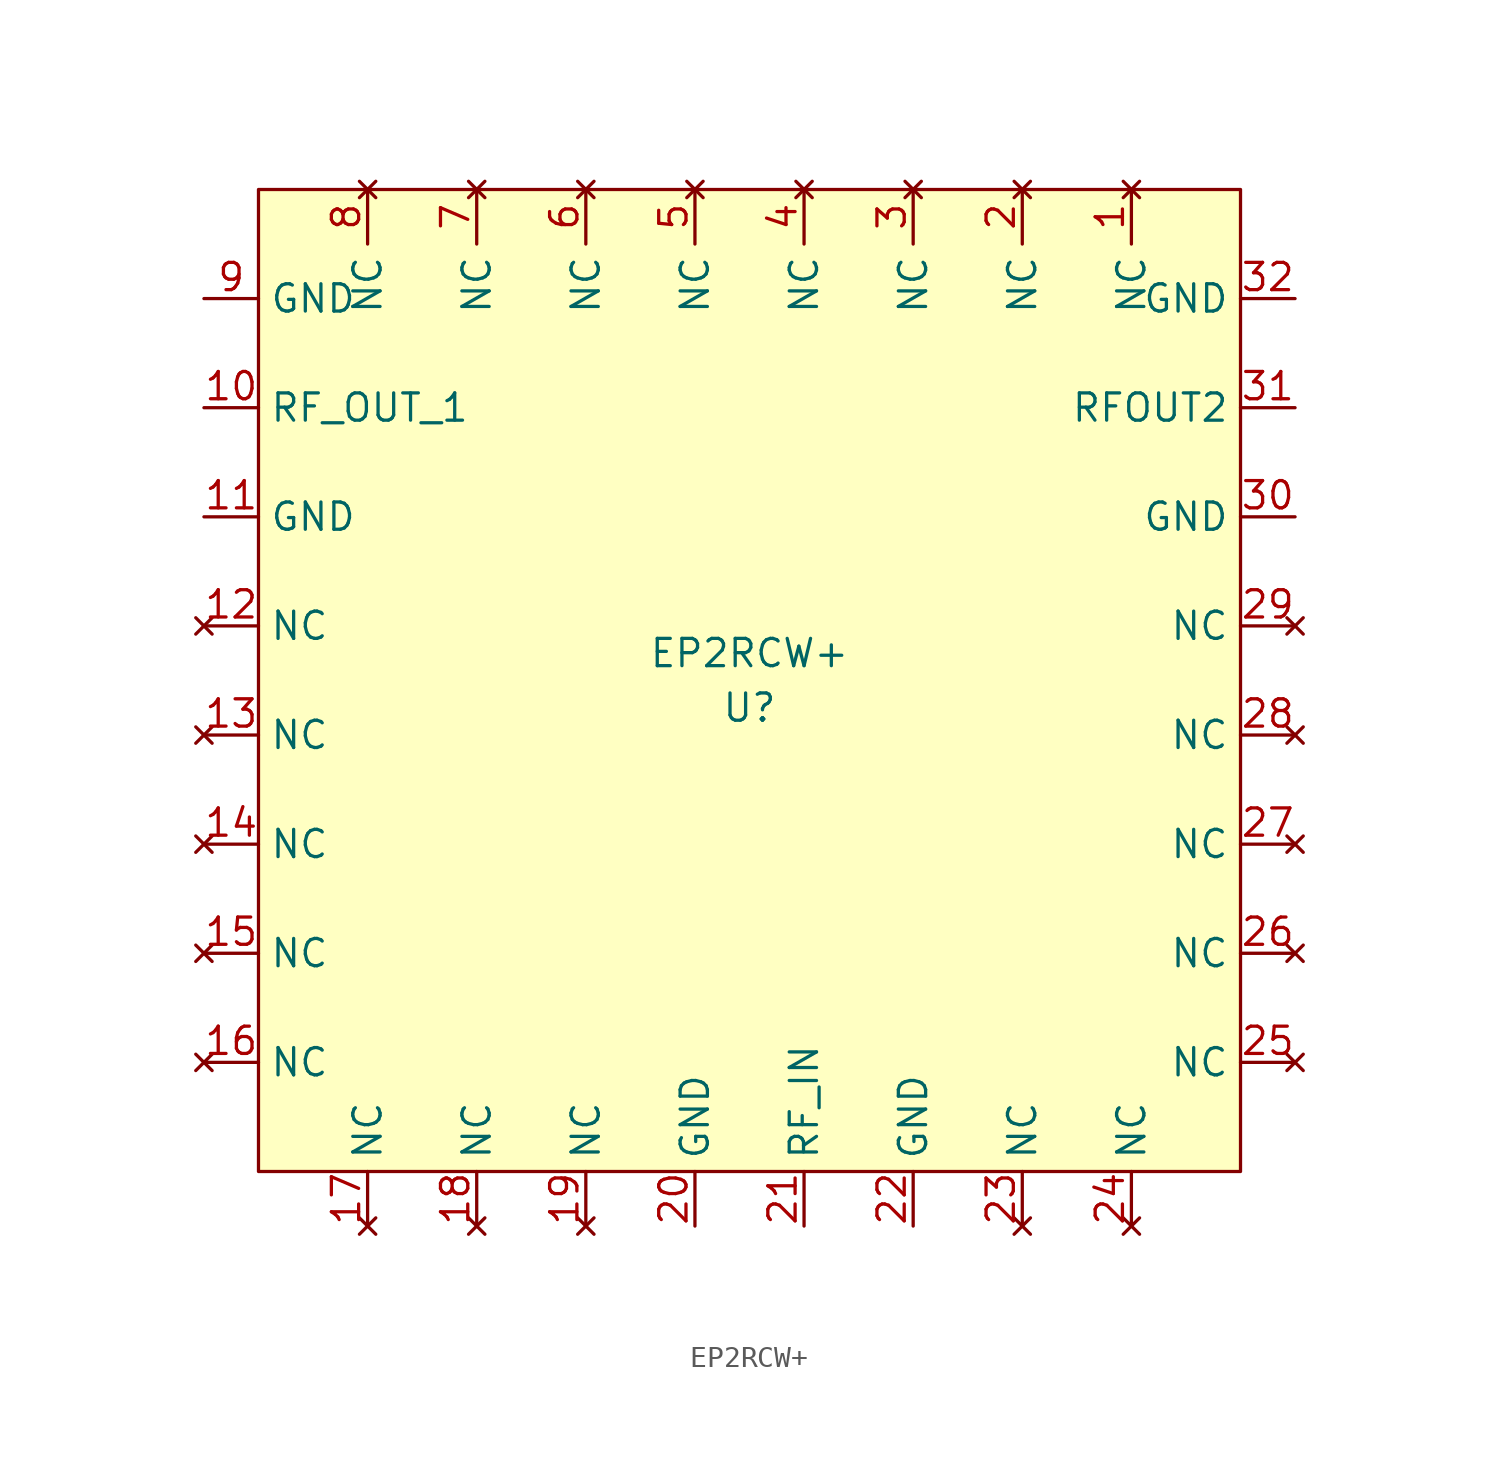
<source format=kicad_sym>
(kicad_symbol_lib
  (version 20211014)
  (generator kicad_symbol_editor)
  (symbol "EP2RCW+"
    (property "Reference" "U"
      (at 0 -1.27 0)
      (effects (font (size 1.27 1.27))))
    (property "Value" "EP2RCW+"
      (at 0 1.27 0)
      (effects (font (size 1.27 1.27))))
    (symbol "EP2RCW+_0_0"
      (pin no_connect line (at 17.78 22.86 270) (length 2.54) (name "NC" (effects (font (size 1.27 1.27)))) (number "1" (effects (font (size 1.27 1.27)))))
      (pin output line (at -25.4 12.7 0) (length 2.54) (name "RF_OUT_1" (effects (font (size 1.27 1.27)))) (number "10" (effects (font (size 1.27 1.27)))))
      (pin bidirectional line (at -25.4 7.62 0) (length 2.54) (name "GND" (effects (font (size 1.27 1.27)))) (number "11" (effects (font (size 1.27 1.27)))))
      (pin no_connect line (at -25.4 2.54 0) (length 2.54) (name "NC" (effects (font (size 1.27 1.27)))) (number "12" (effects (font (size 1.27 1.27)))))
      (pin no_connect line (at -25.4 -2.54 0) (length 2.54) (name "NC" (effects (font (size 1.27 1.27)))) (number "13" (effects (font (size 1.27 1.27)))))
      (pin no_connect line (at -25.4 -7.62 0) (length 2.54) (name "NC" (effects (font (size 1.27 1.27)))) (number "14" (effects (font (size 1.27 1.27)))))
      (pin no_connect line (at -25.4 -12.7 0) (length 2.54) (name "NC" (effects (font (size 1.27 1.27)))) (number "15" (effects (font (size 1.27 1.27)))))
      (pin no_connect line (at -25.4 -17.78 0) (length 2.54) (name "NC" (effects (font (size 1.27 1.27)))) (number "16" (effects (font (size 1.27 1.27)))))
      (pin no_connect line (at -17.78 -25.4 90) (length 2.54) (name "NC" (effects (font (size 1.27 1.27)))) (number "17" (effects (font (size 1.27 1.27)))))
      (pin no_connect line (at -12.7 -25.4 90) (length 2.54) (name "NC" (effects (font (size 1.27 1.27)))) (number "18" (effects (font (size 1.27 1.27)))))
      (pin no_connect line (at -7.62 -25.4 90) (length 2.54) (name "NC" (effects (font (size 1.27 1.27)))) (number "19" (effects (font (size 1.27 1.27)))))
      (pin no_connect line (at 12.7 22.86 270) (length 2.54) (name "NC" (effects (font (size 1.27 1.27)))) (number "2" (effects (font (size 1.27 1.27)))))
      (pin bidirectional line (at -2.54 -25.4 90) (length 2.54) (name "GND" (effects (font (size 1.27 1.27)))) (number "20" (effects (font (size 1.27 1.27)))))
      (pin input line (at 2.54 -25.4 90) (length 2.54) (name "RF_IN" (effects (font (size 1.27 1.27)))) (number "21" (effects (font (size 1.27 1.27)))))
      (pin bidirectional line (at 7.62 -25.4 90) (length 2.54) (name "GND" (effects (font (size 1.27 1.27)))) (number "22" (effects (font (size 1.27 1.27)))))
      (pin no_connect line (at 12.7 -25.4 90) (length 2.54) (name "NC" (effects (font (size 1.27 1.27)))) (number "23" (effects (font (size 1.27 1.27)))))
      (pin no_connect line (at 17.78 -25.4 90) (length 2.54) (name "NC" (effects (font (size 1.27 1.27)))) (number "24" (effects (font (size 1.27 1.27)))))
      (pin no_connect line (at 25.4 -17.78 180) (length 2.54) (name "NC" (effects (font (size 1.27 1.27)))) (number "25" (effects (font (size 1.27 1.27)))))
      (pin no_connect line (at 25.4 -12.7 180) (length 2.54) (name "NC" (effects (font (size 1.27 1.27)))) (number "26" (effects (font (size 1.27 1.27)))))
      (pin no_connect line (at 25.4 -7.62 180) (length 2.54) (name "NC" (effects (font (size 1.27 1.27)))) (number "27" (effects (font (size 1.27 1.27)))))
      (pin no_connect line (at 25.4 -2.54 180) (length 2.54) (name "NC" (effects (font (size 1.27 1.27)))) (number "28" (effects (font (size 1.27 1.27)))))
      (pin no_connect line (at 25.4 2.54 180) (length 2.54) (name "NC" (effects (font (size 1.27 1.27)))) (number "29" (effects (font (size 1.27 1.27)))))
      (pin no_connect line (at 7.62 22.86 270) (length 2.54) (name "NC" (effects (font (size 1.27 1.27)))) (number "3" (effects (font (size 1.27 1.27)))))
      (pin bidirectional line (at 25.4 7.62 180) (length 2.54) (name "GND" (effects (font (size 1.27 1.27)))) (number "30" (effects (font (size 1.27 1.27)))))
      (pin output line (at 25.4 12.7 180) (length 2.54) (name "RFOUT2" (effects (font (size 1.27 1.27)))) (number "31" (effects (font (size 1.27 1.27)))))
      (pin bidirectional line (at 25.4 17.78 180) (length 2.54) (name "GND" (effects (font (size 1.27 1.27)))) (number "32" (effects (font (size 1.27 1.27)))))
      (pin no_connect line (at 2.54 22.86 270) (length 2.54) (name "NC" (effects (font (size 1.27 1.27)))) (number "4" (effects (font (size 1.27 1.27)))))
      (pin no_connect line (at -2.54 22.86 270) (length 2.54) (name "NC" (effects (font (size 1.27 1.27)))) (number "5" (effects (font (size 1.27 1.27)))))
      (pin no_connect line (at -7.62 22.86 270) (length 2.54) (name "NC" (effects (font (size 1.27 1.27)))) (number "6" (effects (font (size 1.27 1.27)))))
      (pin no_connect line (at -12.7 22.86 270) (length 2.54) (name "NC" (effects (font (size 1.27 1.27)))) (number "7" (effects (font (size 1.27 1.27)))))
      (pin no_connect line (at -17.78 22.86 270) (length 2.54) (name "NC" (effects (font (size 1.27 1.27)))) (number "8" (effects (font (size 1.27 1.27)))))
      (pin bidirectional line (at -25.4 17.78 0) (length 2.54) (name "GND" (effects (font (size 1.27 1.27)))) (number "9" (effects (font (size 1.27 1.27))))))
    (symbol "EP2RCW+_0_1"
      (rectangle (start -22.86 22.86) (end 22.86 -22.86) (stroke (width 0) (type default) (color 0 0 0 0)) (fill (type background))))))
</source>
